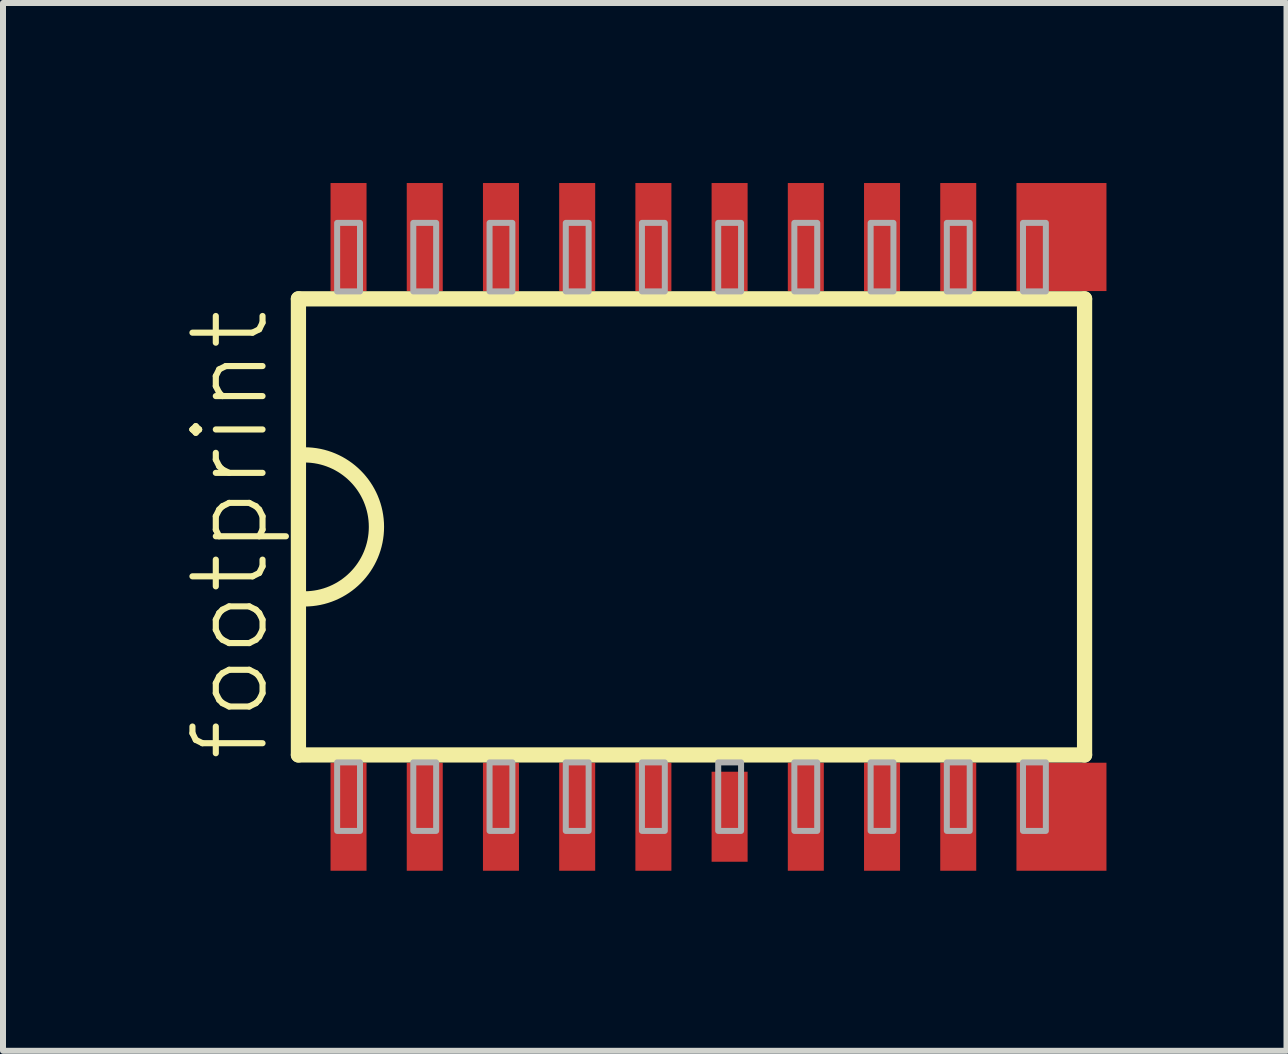
<source format=kicad_pcb>
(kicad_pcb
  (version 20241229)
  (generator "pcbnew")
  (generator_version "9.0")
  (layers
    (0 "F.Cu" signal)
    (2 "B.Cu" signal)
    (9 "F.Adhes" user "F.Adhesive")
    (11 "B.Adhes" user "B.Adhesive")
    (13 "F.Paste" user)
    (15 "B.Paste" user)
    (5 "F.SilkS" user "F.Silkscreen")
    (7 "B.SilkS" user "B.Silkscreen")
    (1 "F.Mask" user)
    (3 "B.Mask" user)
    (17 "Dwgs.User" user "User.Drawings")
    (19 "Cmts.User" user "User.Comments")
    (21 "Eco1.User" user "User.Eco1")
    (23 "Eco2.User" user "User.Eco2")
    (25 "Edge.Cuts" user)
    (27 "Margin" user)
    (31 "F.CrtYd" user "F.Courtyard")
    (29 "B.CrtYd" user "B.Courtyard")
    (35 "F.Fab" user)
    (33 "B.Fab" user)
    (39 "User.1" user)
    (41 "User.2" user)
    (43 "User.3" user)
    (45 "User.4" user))
  (footprint "footprint"
    (layer "F.Cu")
    (at 8.473 5.73)
    (property "Reference" "footprint" (at -7 3.95 90) (layer "F.SilkS") (effects (font (size 1.168 1.168) (thickness 0.102)) (justify left bottom)))
    (fp_line (start -6.55 -3.8) (end 6.55 -3.8) (stroke (width 0.254) (type solid)) (layer "F.SilkS"))
    (fp_line (start -6.55 3.8) (end -6.55 -3.8) (stroke (width 0.254) (type solid)) (layer "F.SilkS"))
    (fp_line (start 6.55 -3.8) (end 6.55 3.8) (stroke (width 0.254) (type solid)) (layer "F.SilkS"))
    (fp_line (start 6.55 3.8) (end -6.55 3.8) (stroke (width 0.254) (type solid)) (layer "F.SilkS"))
    (fp_arc (start -6.45 -1.2) (mid -5.25 0) (end -6.45 1.2) (stroke (width 0.254) (type solid)) (layer "F.SilkS"))
    (fp_poly (pts (xy -5.905 -3.924) (xy -5.524 -3.924) (xy -5.524 -5.066) (xy -5.905 -5.066)) (stroke (width 0.1) (type solid)) (fill no) (layer "F.Fab"))
    (fp_poly (pts (xy -5.905 5.066) (xy -5.524 5.066) (xy -5.524 3.924) (xy -5.905 3.924)) (stroke (width 0.1) (type solid)) (fill no) (layer "F.Fab"))
    (fp_poly (pts (xy -4.636 -3.924) (xy -4.255 -3.924) (xy -4.255 -5.066) (xy -4.636 -5.066)) (stroke (width 0.1) (type solid)) (fill no) (layer "F.Fab"))
    (fp_poly (pts (xy -4.636 5.066) (xy -4.255 5.066) (xy -4.255 3.924) (xy -4.636 3.924)) (stroke (width 0.1) (type solid)) (fill no) (layer "F.Fab"))
    (fp_poly (pts (xy -3.365 -3.924) (xy -2.985 -3.924) (xy -2.985 -5.066) (xy -3.365 -5.066)) (stroke (width 0.1) (type solid)) (fill no) (layer "F.Fab"))
    (fp_poly (pts (xy -3.365 5.066) (xy -2.985 5.066) (xy -2.985 3.924) (xy -3.365 3.924)) (stroke (width 0.1) (type solid)) (fill no) (layer "F.Fab"))
    (fp_poly (pts (xy -2.095 -3.924) (xy -1.714 -3.924) (xy -1.714 -5.066) (xy -2.095 -5.066)) (stroke (width 0.1) (type solid)) (fill no) (layer "F.Fab"))
    (fp_poly (pts (xy -2.095 5.066) (xy -1.714 5.066) (xy -1.714 3.924) (xy -2.095 3.924)) (stroke (width 0.1) (type solid)) (fill no) (layer "F.Fab"))
    (fp_poly (pts (xy -0.826 -3.924) (xy -0.445 -3.924) (xy -0.445 -5.066) (xy -0.826 -5.066)) (stroke (width 0.1) (type solid)) (fill no) (layer "F.Fab"))
    (fp_poly (pts (xy -0.826 5.066) (xy -0.445 5.066) (xy -0.445 3.924) (xy -0.826 3.924)) (stroke (width 0.1) (type solid)) (fill no) (layer "F.Fab"))
    (fp_poly (pts (xy 0.445 -3.924) (xy 0.826 -3.924) (xy 0.826 -5.066) (xy 0.445 -5.066)) (stroke (width 0.1) (type solid)) (fill no) (layer "F.Fab"))
    (fp_poly (pts (xy 0.445 5.066) (xy 0.826 5.066) (xy 0.826 3.924) (xy 0.445 3.924)) (stroke (width 0.1) (type solid)) (fill no) (layer "F.Fab"))
    (fp_poly (pts (xy 1.714 -3.924) (xy 2.095 -3.924) (xy 2.095 -5.066) (xy 1.714 -5.066)) (stroke (width 0.1) (type solid)) (fill no) (layer "F.Fab"))
    (fp_poly (pts (xy 1.714 5.066) (xy 2.095 5.066) (xy 2.095 3.924) (xy 1.714 3.924)) (stroke (width 0.1) (type solid)) (fill no) (layer "F.Fab"))
    (fp_poly (pts (xy 2.985 -3.924) (xy 3.365 -3.924) (xy 3.365 -5.066) (xy 2.985 -5.066)) (stroke (width 0.1) (type solid)) (fill no) (layer "F.Fab"))
    (fp_poly (pts (xy 2.985 5.066) (xy 3.365 5.066) (xy 3.365 3.924) (xy 2.985 3.924)) (stroke (width 0.1) (type solid)) (fill no) (layer "F.Fab"))
    (fp_poly (pts (xy 4.255 -3.924) (xy 4.636 -3.924) (xy 4.636 -5.066) (xy 4.255 -5.066)) (stroke (width 0.1) (type solid)) (fill no) (layer "F.Fab"))
    (fp_poly (pts (xy 4.255 5.066) (xy 4.636 5.066) (xy 4.636 3.924) (xy 4.255 3.924)) (stroke (width 0.1) (type solid)) (fill no) (layer "F.Fab"))
    (fp_poly (pts (xy 5.524 -3.924) (xy 5.905 -3.924) (xy 5.905 -5.066) (xy 5.524 -5.066)) (stroke (width 0.1) (type solid)) (fill no) (layer "F.Fab"))
    (fp_poly (pts (xy 5.524 5.066) (xy 5.905 5.066) (xy 5.905 3.924) (xy 5.524 3.924)) (stroke (width 0.1) (type solid)) (fill no) (layer "F.Fab"))
    (pad "1" smd rect (at -5.715 4.83) (size 0.6 1.8) (layers "F.Cu" "F.Mask" "F.Paste"))
    (pad "2" smd rect (at -4.445 4.83) (size 0.6 1.8) (layers "F.Cu" "F.Mask" "F.Paste"))
    (pad "3" smd rect (at -3.175 4.83) (size 0.6 1.8) (layers "F.Cu" "F.Mask" "F.Paste"))
    (pad "4" smd rect (at -1.905 4.83) (size 0.6 1.8) (layers "F.Cu" "F.Mask" "F.Paste"))
    (pad "5" smd rect (at -0.635 4.83) (size 0.6 1.8) (layers "F.Cu" "F.Mask" "F.Paste"))
    (pad "6" smd rect (at 0.635 4.83) (size 0.6 1.5) (layers "F.Cu" "F.Mask" "F.Paste"))
    (pad "7" smd rect (at 1.905 4.83) (size 0.6 1.8) (layers "F.Cu" "F.Mask" "F.Paste"))
    (pad "8" smd rect (at 3.175 4.83) (size 0.6 1.8) (layers "F.Cu" "F.Mask" "F.Paste"))
    (pad "9" smd rect (at 4.445 4.83) (size 0.6 1.8) (layers "F.Cu" "F.Mask" "F.Paste"))
    (pad "10" smd rect (at 6.165 4.83) (size 1.5 1.8) (layers "F.Cu" "F.Mask" "F.Paste"))
    (pad "11" smd rect (at 6.165 -4.83) (size 1.5 1.8) (layers "F.Cu" "F.Mask" "F.Paste"))
    (pad "12" smd rect (at 4.445 -4.83) (size 0.6 1.8) (layers "F.Cu" "F.Mask" "F.Paste"))
    (pad "13" smd rect (at 3.175 -4.83) (size 0.6 1.8) (layers "F.Cu" "F.Mask" "F.Paste"))
    (pad "14" smd rect (at 1.905 -4.83) (size 0.6 1.8) (layers "F.Cu" "F.Mask" "F.Paste"))
    (pad "15" smd rect (at 0.635 -4.83) (size 0.6 1.8) (layers "F.Cu" "F.Mask" "F.Paste"))
    (pad "16" smd rect (at -0.635 -4.83) (size 0.6 1.8) (layers "F.Cu" "F.Mask" "F.Paste"))
    (pad "17" smd rect (at -1.905 -4.83) (size 0.6 1.8) (layers "F.Cu" "F.Mask" "F.Paste"))
    (pad "18" smd rect (at -3.175 -4.83) (size 0.6 1.8) (layers "F.Cu" "F.Mask" "F.Paste"))
    (pad "19" smd rect (at -4.445 -4.83) (size 0.6 1.8) (layers "F.Cu" "F.Mask" "F.Paste"))
    (pad "20" smd rect (at -5.715 -4.83) (size 0.6 1.8) (layers "F.Cu" "F.Mask" "F.Paste")))
  (gr_rect
    (start -3 -3)
    (end 18.388 14.46)
    (stroke (width 0.1) (type default))
    (fill no)
    (layer "Edge.Cuts")))
</source>
